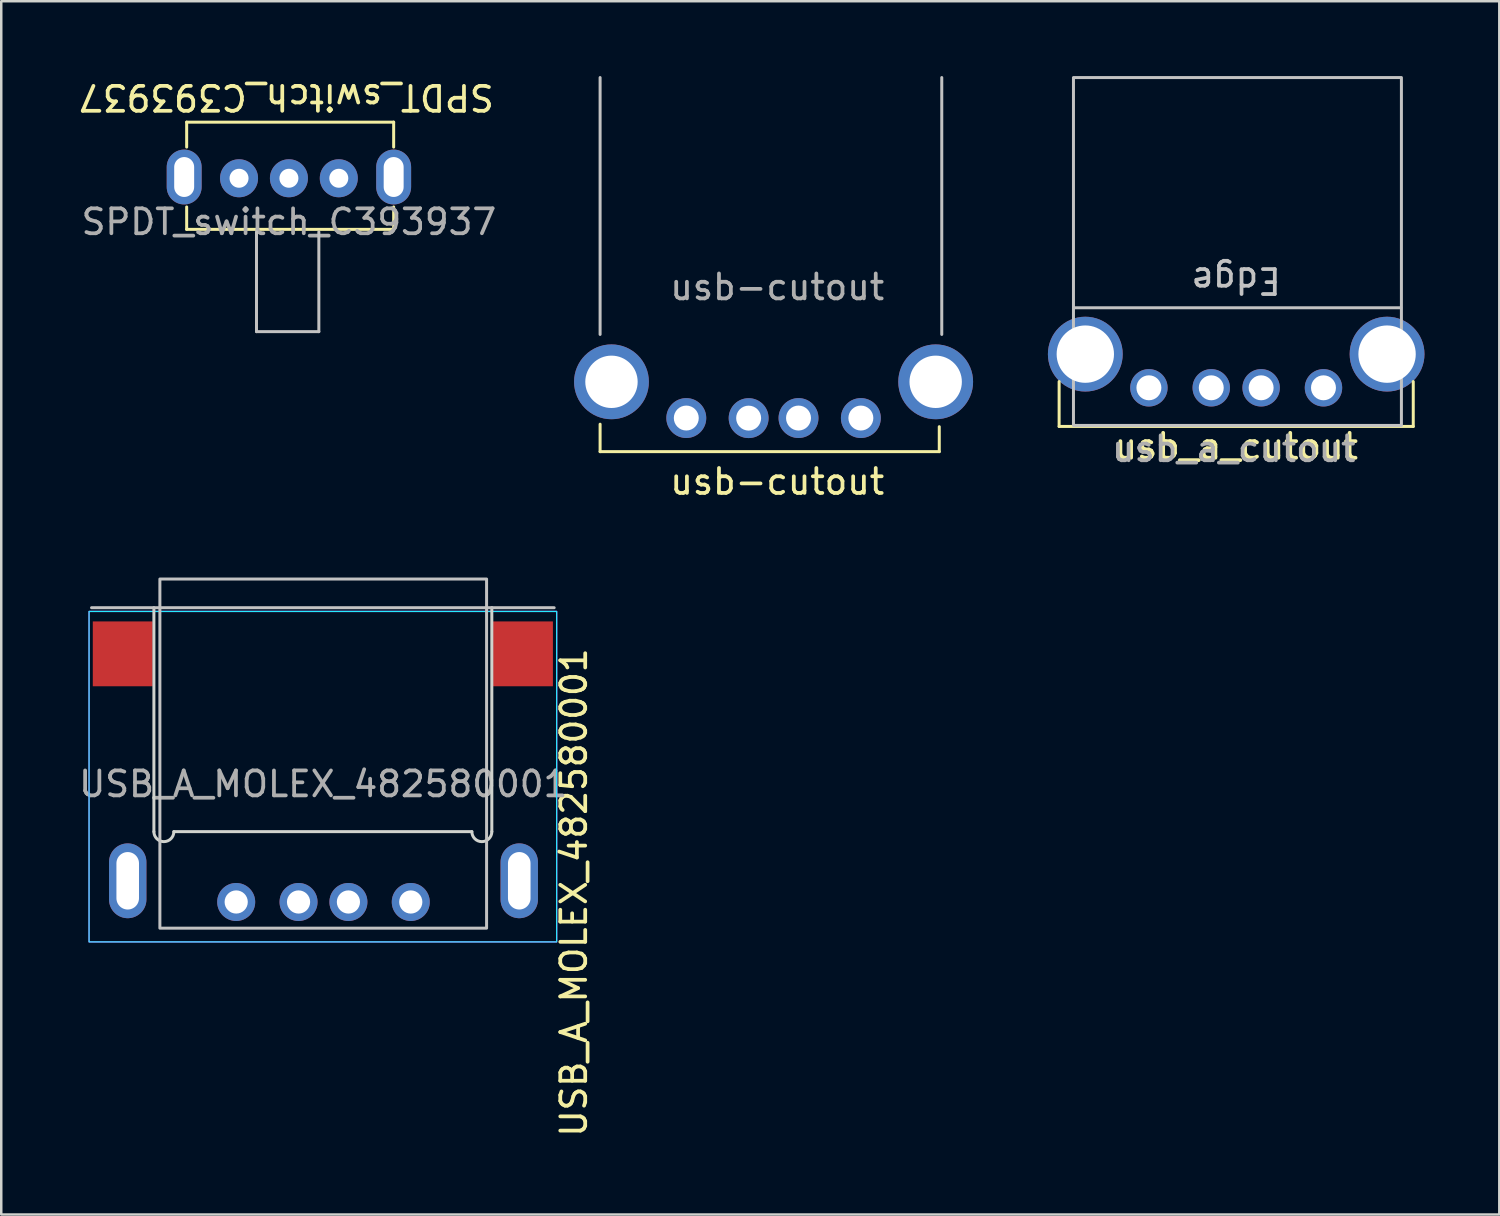
<source format=kicad_pcb>
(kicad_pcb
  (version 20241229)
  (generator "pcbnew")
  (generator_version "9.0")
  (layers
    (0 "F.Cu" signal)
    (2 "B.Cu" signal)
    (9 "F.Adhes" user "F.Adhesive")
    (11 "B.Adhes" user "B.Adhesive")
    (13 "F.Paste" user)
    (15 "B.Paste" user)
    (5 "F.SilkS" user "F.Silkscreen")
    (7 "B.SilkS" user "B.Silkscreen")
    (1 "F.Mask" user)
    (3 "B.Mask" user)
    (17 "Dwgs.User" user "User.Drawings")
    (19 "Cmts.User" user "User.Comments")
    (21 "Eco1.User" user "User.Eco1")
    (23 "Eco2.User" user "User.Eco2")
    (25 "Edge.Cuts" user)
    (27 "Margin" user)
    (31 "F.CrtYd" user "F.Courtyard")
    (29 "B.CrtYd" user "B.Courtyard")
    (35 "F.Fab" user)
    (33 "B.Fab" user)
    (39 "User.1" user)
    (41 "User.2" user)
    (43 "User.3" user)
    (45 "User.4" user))
  (footprint "SPDT_switch_C393937"
    (layer "F.Cu")
    (at 8.535 4.048)
    (property "Reference" "SPDT_switch_C393937" (at -0.1 -3.2 180) (unlocked yes) (layer "F.SilkS") (effects (font (size 1 1) (thickness 0.15))))
    (attr through_hole)
    (fp_line (start -4.1 -2.2) (end -4.1 -1.2) (stroke (width 0.12) (type default)) (layer "F.SilkS"))
    (fp_line (start -4.1 2.1) (end -4.1 1.2) (stroke (width 0.12) (type default)) (layer "F.SilkS"))
    (fp_line (start 4.2 -2.2) (end -4.1 -2.2) (stroke (width 0.12) (type default)) (layer "F.SilkS"))
    (fp_line (start 4.2 -1.2) (end 4.2 -2.2) (stroke (width 0.12) (type default)) (layer "F.SilkS"))
    (fp_line (start 4.2 1.2) (end 4.2 2.1) (stroke (width 0.12) (type default)) (layer "F.SilkS"))
    (fp_line (start 4.2 2.1) (end -4.1 2.1) (stroke (width 0.12) (type default)) (layer "F.SilkS"))
    (fp_line (start -1.3 6.2) (end -1.3 2.2) (stroke (width 0.12) (type default)) (layer "Dwgs.User"))
    (fp_line (start 1.2 2.2) (end 1.2 6.2) (stroke (width 0.12) (type default)) (layer "Dwgs.User"))
    (fp_line (start 1.2 6.2) (end -1.3 6.2) (stroke (width 0.12) (type default)) (layer "Dwgs.User"))
    (fp_text user "${REFERENCE}" (at 0 1.8 0) (unlocked yes) (layer "F.Fab") (effects (font (size 1 1) (thickness 0.15))))
    (pad "" np_thru_hole oval (at -4.2 0 180) (size 1.4 2.2) (drill oval 0.8 1.6) (layers "*.Cu" "*.Mask"))
    (pad "" np_thru_hole oval (at 4.2 0 180) (size 1.4 2.2) (drill oval 0.8 1.6) (layers "*.Cu" "*.Mask"))
    (pad "1" thru_hole circle (at 0 0.05 180) (size 1.524 1.524) (drill 0.762) (layers "*.Cu" "*.Mask"))
    (pad "2" thru_hole circle (at 2 0.05 180) (size 1.524 1.524) (drill 0.762) (layers "*.Cu" "*.Mask"))
    (pad "3" thru_hole circle (at -2 0.05 180) (size 1.524 1.524) (drill 0.762) (layers "*.Cu" "*.Mask")))
  (footprint "usb-cutout"
    (layer "F.Cu")
    (at 28.113 5.96)
    (property "Reference" "usb-cutout" (at 0 10.3 0) (unlocked yes) (layer "F.SilkS") (effects (font (size 1 1) (thickness 0.15))))
    (fp_line (start -7.1 8) (end -7.1 9.1) (stroke (width 0.12) (type default)) (layer "F.SilkS"))
    (fp_line (start -7.1 9.1) (end 6.5 9.1) (stroke (width 0.12) (type default)) (layer "F.SilkS"))
    (fp_line (start 6.5 9.1) (end 6.5 8.1) (stroke (width 0.12) (type default)) (layer "F.SilkS"))
    (fp_line (start -7.1 -5.9) (end -7.1 4.4) (stroke (width 0.12) (type default)) (layer "Dwgs.User"))
    (fp_line (start 6.6 -5.9) (end 6.6 4.4) (stroke (width 0.12) (type default)) (layer "Dwgs.User"))
    (fp_text user "${REFERENCE}" (at 0 2.5 0) (unlocked yes) (layer "F.Fab") (effects (font (size 1 1) (thickness 0.15))))
    (pad "1" thru_hole circle (at 3.356 7.753) (size 1.6 1.6) (drill oval 1) (layers "*.Cu" "*.Mask"))
    (pad "2" thru_hole circle (at 0.856 7.753) (size 1.6 1.6) (drill oval 1) (layers "*.Cu" "*.Mask"))
    (pad "3" thru_hole circle (at -1.144 7.756) (size 1.6 1.6) (drill oval 1) (layers "*.Cu" "*.Mask"))
    (pad "4" thru_hole circle (at -3.644 7.753) (size 1.6 1.6) (drill oval 1) (layers "*.Cu" "*.Mask"))
    (pad "5" thru_hole circle (at -6.644 6.3) (size 3 3) (drill 2.1) (layers "*.Cu" "*.Mask"))
    (pad "5" thru_hole circle (at 6.356 6.3) (size 3 3) (drill 2.1) (layers "*.Cu" "*.Mask"))
    (zone (net_name "") (layers "F.Mask" "B.Cu" "B.Mask" "F.SilkS" "B.SilkS" "F.Adhes" "B.Adhes" "F.Paste" "B.Paste") (hatch edge 0.5) (connect_pads) (min_thickness 0.25) (filled_areas_thickness no) (keepout (tracks not_allowed) (vias not_allowed) (pads not_allowed) (copperpour not_allowed) (footprints allowed)) (placement (enabled no)) (fill) (polygon (pts (xy 21.113 0.06) (xy 21.113 10.36) (xy 34.513 10.36) (xy 34.613 0.06)))))
  (footprint "USB_A_MOLEX_482580001"
    (layer "F.Cu")
    (at 9.921 32.268)
    (property "Reference" "USB_A_MOLEX_482580001" (at 10.04 0.47 90) (unlocked yes) (layer "F.SilkS") (effects (font (size 1 1) (thickness 0.15))))
    (attr through_hole)
    (fp_line (start -6.8 -10.95) (end -9.3 -10.95) (stroke (width 0.12) (type default)) (layer "Dwgs.User"))
    (fp_line (start -6.8 -10.95) (end 6.75 -10.95) (stroke (width 0.12) (type default)) (layer "Dwgs.User"))
    (fp_line (start 9.25 -10.95) (end 6.75 -10.95) (stroke (width 0.12) (type default)) (layer "Dwgs.User"))
    (fp_rect (start -6.56 -12.1) (end 6.54 1.9) (stroke (width 0.12) (type default)) (fill no) (layer "Dwgs.User"))
    (fp_line (start -6.8 -10.93) (end -6.8 -1.97) (stroke (width 0.12) (type default)) (layer "Edge.Cuts"))
    (fp_line (start -6 -1.97) (end 5.95 -1.97) (stroke (width 0.12) (type default)) (layer "Edge.Cuts"))
    (fp_line (start 6.75 -1.97) (end 6.75 -10.94) (stroke (width 0.12) (type default)) (layer "Edge.Cuts"))
    (fp_arc (start -6 -1.97) (mid -6.4 -1.57) (end -6.8 -1.97) (stroke (width 0.12) (type default)) (layer "Edge.Cuts"))
    (fp_arc (start 6.75 -1.97) (mid 6.35 -1.57) (end 5.95 -1.97) (stroke (width 0.12) (type default)) (layer "Edge.Cuts"))
    (fp_rect (start 9.35 -10.8) (end -9.4 2.45) (stroke (width 0.05) (type default)) (fill no) (layer "B.CrtYd"))
    (fp_rect (start -9.4 -10.8) (end 9.35 2.45) (stroke (width 0.05) (type default)) (fill no) (layer "F.CrtYd"))
    (fp_text user "${REFERENCE}" (at -0.01 -3.88 0) (unlocked yes) (layer "F.Fab") (effects (font (size 1 1) (thickness 0.15))))
    (pad "1" thru_hole circle (at 3.5 0.85) (size 1.524 1.524) (drill 0.93) (layers "*.Cu" "*.Mask"))
    (pad "2" thru_hole circle (at 1 0.85) (size 1.524 1.524) (drill 0.93) (layers "*.Cu" "*.Mask"))
    (pad "3" thru_hole circle (at -1 0.85) (size 1.524 1.524) (drill 0.93) (layers "*.Cu" "*.Mask"))
    (pad "4" thru_hole circle (at -3.5 0.85) (size 1.524 1.524) (drill 0.93) (layers "*.Cu" "*.Mask"))
    (pad "5" thru_hole oval (at -7.85 0) (size 1.5 3) (drill oval 0.905 2.305) (layers "*.Cu" "*.Mask"))
    (pad "5" thru_hole oval (at 7.85 0) (size 1.5 3) (drill oval 0.905 2.305) (layers "*.Cu" "*.Mask"))
    (pad "6" smd rect (at -8.05 -9.1) (size 2.4 2.6) (layers "F.Cu" "F.Mask" "F.Paste"))
    (pad "6" smd rect (at 8 -9.1) (size 2.4 2.6) (layers "F.Cu" "F.Mask" "F.Paste")))
  (footprint "usb_a_cutout"
    (layer "F.Cu")
    (at 46.519 11.15)
    (property "Reference" "usb_a_cutout" (at 0 3.7 0) (unlocked yes) (layer "F.SilkS") (effects (font (size 1 1) (thickness 0.15))))
    (fp_line (start -7.1 2.9) (end -7.1 1.1) (stroke (width 0.12) (type default)) (layer "F.SilkS"))
    (fp_line (start -7.1 2.9) (end 7.1 2.9) (stroke (width 0.12) (type default)) (layer "F.SilkS"))
    (fp_line (start 7.1 2.9) (end 7.1 1.1) (stroke (width 0.12) (type default)) (layer "F.SilkS"))
    (fp_line (start 6.6 -1.86) (end -6.5 -1.86) (stroke (width 0.12) (type default)) (layer "Dwgs.User"))
    (fp_rect (start -6.525 -11.09) (end 6.625 2.86) (stroke (width 0.12) (type default)) (fill no) (layer "Dwgs.User"))
    (fp_text user "Edge" (at 0 -3.54 180) (unlocked yes) (layer "Dwgs.User") (effects (font (size 1 1) (thickness 0.15)) (justify bottom)))
    (fp_text user "${REFERENCE}" (at -0.1 3.8 0) (unlocked yes) (layer "F.Fab") (effects (font (size 1 1) (thickness 0.15))))
    (pad "1" thru_hole circle (at 3.5 1.35) (size 1.5 1.5) (drill 1) (layers "*.Cu" "*.Mask"))
    (pad "2" thru_hole circle (at 1 1.35) (size 1.5 1.5) (drill 1) (layers "*.Cu" "*.Mask"))
    (pad "3" thru_hole circle (at -1 1.35) (size 1.5 1.5) (drill 1) (layers "*.Cu" "*.Mask"))
    (pad "4" thru_hole circle (at -3.5 1.35) (size 1.5 1.5) (drill 1) (layers "*.Cu" "*.Mask"))
    (pad "5" thru_hole circle (at -6.05 0) (size 3 3) (drill 2.3) (layers "*.Cu" "*.Mask"))
    (pad "5" thru_hole circle (at 6.05 0) (size 3 3) (drill 2.3) (layers "*.Cu" "*.Mask"))
    (zone (net_name "") (layers "F.Cu" "F.Mask" "B.Cu" "B.Mask" "F.SilkS" "B.SilkS" "F.Adhes" "B.Adhes" "F.Paste" "B.Paste") (name "cutout") (hatch edge 0.5) (connect_pads) (min_thickness 0.25) (filled_areas_thickness no) (keepout (tracks not_allowed) (vias not_allowed) (pads not_allowed) (copperpour not_allowed) (footprints not_allowed)) (placement (enabled no)) (fill) (polygon (pts (xy 40.019 0.05) (xy 40.079 9.28) (xy 53.179 9.28) (xy 53.119 0.05)))))
  (gr_rect
    (start -3 -3)
    (end 57.069 45.649)
    (stroke (width 0.1) (type default))
    (fill no)
    (layer "Edge.Cuts")))
</source>
